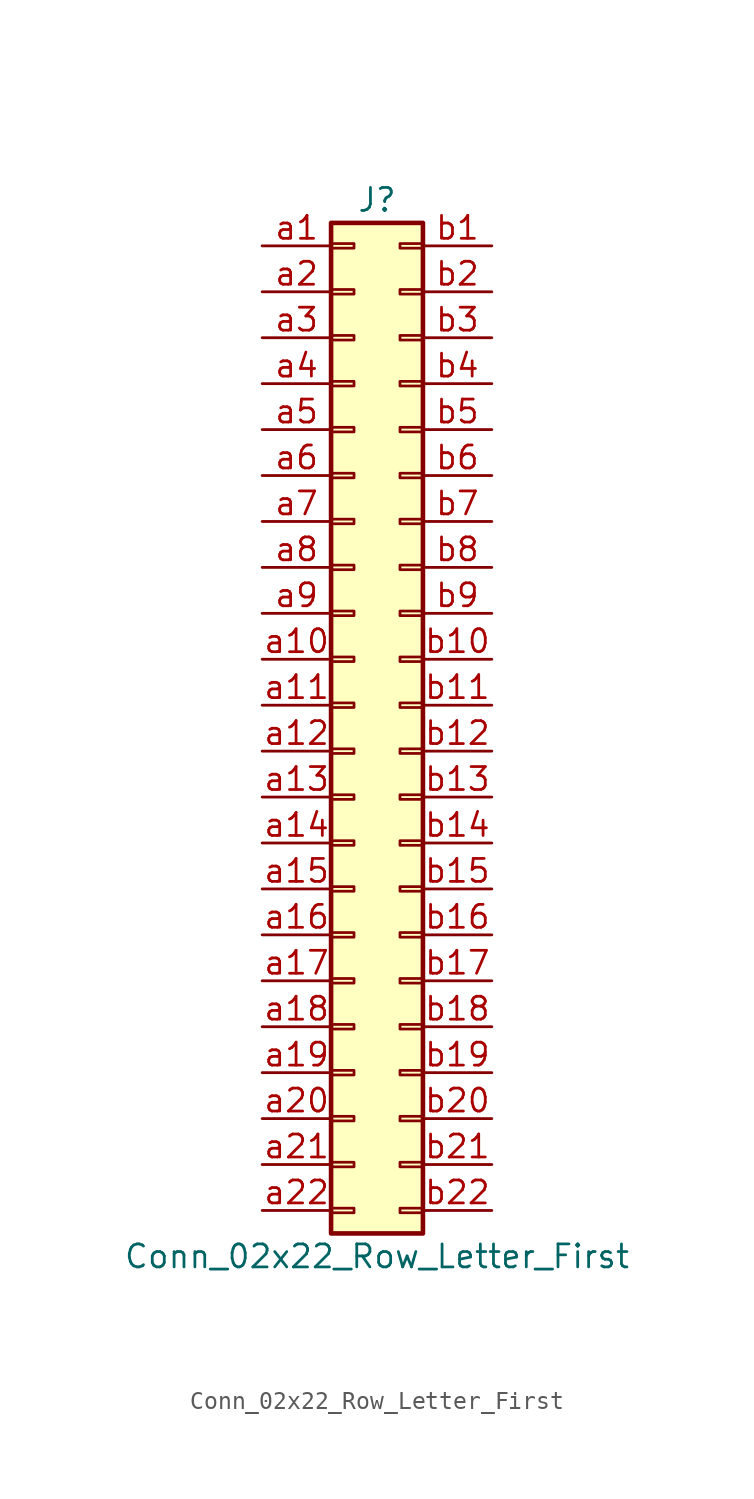
<source format=kicad_sym>
(kicad_symbol_lib
  (version 20220914)
  (generator kicad_symbol_editor)
  (symbol "Conn_02x22_Row_Letter_First"
    (pin_names
      (offset 1.016) hide)
    (property "Reference" "J"
      (at 1.27 27.94 0)
      (effects (font (size 1.27 1.27))))
    (property "Value" "Conn_02x22_Row_Letter_First"
      (at 1.27 -30.48 0)
      (effects (font (size 1.27 1.27))))
    (symbol "Conn_02x22_Row_Letter_First_1_1"
      (rectangle (start -1.27 -27.813) (end 0 -28.067) (stroke (width 0.152) (type default)) (fill (type none)))
      (rectangle (start -1.27 -25.273) (end 0 -25.527) (stroke (width 0.152) (type default)) (fill (type none)))
      (rectangle (start -1.27 -22.733) (end 0 -22.987) (stroke (width 0.152) (type default)) (fill (type none)))
      (rectangle (start -1.27 -20.193) (end 0 -20.447) (stroke (width 0.152) (type default)) (fill (type none)))
      (rectangle (start -1.27 -17.653) (end 0 -17.907) (stroke (width 0.152) (type default)) (fill (type none)))
      (rectangle (start -1.27 -15.113) (end 0 -15.367) (stroke (width 0.152) (type default)) (fill (type none)))
      (rectangle (start -1.27 -12.573) (end 0 -12.827) (stroke (width 0.152) (type default)) (fill (type none)))
      (rectangle (start -1.27 -10.033) (end 0 -10.287) (stroke (width 0.152) (type default)) (fill (type none)))
      (rectangle (start -1.27 -7.493) (end 0 -7.747) (stroke (width 0.152) (type default)) (fill (type none)))
      (rectangle (start -1.27 -4.953) (end 0 -5.207) (stroke (width 0.152) (type default)) (fill (type none)))
      (rectangle (start -1.27 -2.413) (end 0 -2.667) (stroke (width 0.152) (type default)) (fill (type none)))
      (rectangle (start -1.27 0.127) (end 0 -0.127) (stroke (width 0.152) (type default)) (fill (type none)))
      (rectangle (start -1.27 2.667) (end 0 2.413) (stroke (width 0.152) (type default)) (fill (type none)))
      (rectangle (start -1.27 5.207) (end 0 4.953) (stroke (width 0.152) (type default)) (fill (type none)))
      (rectangle (start -1.27 7.747) (end 0 7.493) (stroke (width 0.152) (type default)) (fill (type none)))
      (rectangle (start -1.27 10.287) (end 0 10.033) (stroke (width 0.152) (type default)) (fill (type none)))
      (rectangle (start -1.27 12.827) (end 0 12.573) (stroke (width 0.152) (type default)) (fill (type none)))
      (rectangle (start -1.27 15.367) (end 0 15.113) (stroke (width 0.152) (type default)) (fill (type none)))
      (rectangle (start -1.27 17.907) (end 0 17.653) (stroke (width 0.152) (type default)) (fill (type none)))
      (rectangle (start -1.27 20.447) (end 0 20.193) (stroke (width 0.152) (type default)) (fill (type none)))
      (rectangle (start -1.27 22.987) (end 0 22.733) (stroke (width 0.152) (type default)) (fill (type none)))
      (rectangle (start -1.27 25.527) (end 0 25.273) (stroke (width 0.152) (type default)) (fill (type none)))
      (rectangle (start -1.27 26.67) (end 3.81 -29.21) (stroke (width 0.254) (type default)) (fill (type background)))
      (rectangle (start 3.81 -27.813) (end 2.54 -28.067) (stroke (width 0.152) (type default)) (fill (type none)))
      (rectangle (start 3.81 -25.273) (end 2.54 -25.527) (stroke (width 0.152) (type default)) (fill (type none)))
      (rectangle (start 3.81 -22.733) (end 2.54 -22.987) (stroke (width 0.152) (type default)) (fill (type none)))
      (rectangle (start 3.81 -20.193) (end 2.54 -20.447) (stroke (width 0.152) (type default)) (fill (type none)))
      (rectangle (start 3.81 -17.653) (end 2.54 -17.907) (stroke (width 0.152) (type default)) (fill (type none)))
      (rectangle (start 3.81 -15.113) (end 2.54 -15.367) (stroke (width 0.152) (type default)) (fill (type none)))
      (rectangle (start 3.81 -12.573) (end 2.54 -12.827) (stroke (width 0.152) (type default)) (fill (type none)))
      (rectangle (start 3.81 -10.033) (end 2.54 -10.287) (stroke (width 0.152) (type default)) (fill (type none)))
      (rectangle (start 3.81 -7.493) (end 2.54 -7.747) (stroke (width 0.152) (type default)) (fill (type none)))
      (rectangle (start 3.81 -4.953) (end 2.54 -5.207) (stroke (width 0.152) (type default)) (fill (type none)))
      (rectangle (start 3.81 -2.413) (end 2.54 -2.667) (stroke (width 0.152) (type default)) (fill (type none)))
      (rectangle (start 3.81 0.127) (end 2.54 -0.127) (stroke (width 0.152) (type default)) (fill (type none)))
      (rectangle (start 3.81 2.667) (end 2.54 2.413) (stroke (width 0.152) (type default)) (fill (type none)))
      (rectangle (start 3.81 5.207) (end 2.54 4.953) (stroke (width 0.152) (type default)) (fill (type none)))
      (rectangle (start 3.81 7.747) (end 2.54 7.493) (stroke (width 0.152) (type default)) (fill (type none)))
      (rectangle (start 3.81 10.287) (end 2.54 10.033) (stroke (width 0.152) (type default)) (fill (type none)))
      (rectangle (start 3.81 12.827) (end 2.54 12.573) (stroke (width 0.152) (type default)) (fill (type none)))
      (rectangle (start 3.81 15.367) (end 2.54 15.113) (stroke (width 0.152) (type default)) (fill (type none)))
      (rectangle (start 3.81 17.907) (end 2.54 17.653) (stroke (width 0.152) (type default)) (fill (type none)))
      (rectangle (start 3.81 20.447) (end 2.54 20.193) (stroke (width 0.152) (type default)) (fill (type none)))
      (rectangle (start 3.81 22.987) (end 2.54 22.733) (stroke (width 0.152) (type default)) (fill (type none)))
      (rectangle (start 3.81 25.527) (end 2.54 25.273) (stroke (width 0.152) (type default)) (fill (type none)))
      (pin passive line (at -5.08 25.4 0) (length 3.81) (name "Pin_a1" (effects (font (size 1.27 1.27)))) (number "a1" (effects (font (size 1.27 1.27)))))
      (pin passive line (at -5.08 2.54 0) (length 3.81) (name "Pin_a10" (effects (font (size 1.27 1.27)))) (number "a10" (effects (font (size 1.27 1.27)))))
      (pin passive line (at -5.08 0 0) (length 3.81) (name "Pin_a11" (effects (font (size 1.27 1.27)))) (number "a11" (effects (font (size 1.27 1.27)))))
      (pin passive line (at -5.08 -2.54 0) (length 3.81) (name "Pin_a12" (effects (font (size 1.27 1.27)))) (number "a12" (effects (font (size 1.27 1.27)))))
      (pin passive line (at -5.08 -5.08 0) (length 3.81) (name "Pin_a13" (effects (font (size 1.27 1.27)))) (number "a13" (effects (font (size 1.27 1.27)))))
      (pin passive line (at -5.08 -7.62 0) (length 3.81) (name "Pin_a14" (effects (font (size 1.27 1.27)))) (number "a14" (effects (font (size 1.27 1.27)))))
      (pin passive line (at -5.08 -10.16 0) (length 3.81) (name "Pin_a15" (effects (font (size 1.27 1.27)))) (number "a15" (effects (font (size 1.27 1.27)))))
      (pin passive line (at -5.08 -12.7 0) (length 3.81) (name "Pin_a16" (effects (font (size 1.27 1.27)))) (number "a16" (effects (font (size 1.27 1.27)))))
      (pin passive line (at -5.08 -15.24 0) (length 3.81) (name "Pin_a17" (effects (font (size 1.27 1.27)))) (number "a17" (effects (font (size 1.27 1.27)))))
      (pin passive line (at -5.08 -17.78 0) (length 3.81) (name "Pin_a18" (effects (font (size 1.27 1.27)))) (number "a18" (effects (font (size 1.27 1.27)))))
      (pin passive line (at -5.08 -20.32 0) (length 3.81) (name "Pin_a19" (effects (font (size 1.27 1.27)))) (number "a19" (effects (font (size 1.27 1.27)))))
      (pin passive line (at -5.08 22.86 0) (length 3.81) (name "Pin_a2" (effects (font (size 1.27 1.27)))) (number "a2" (effects (font (size 1.27 1.27)))))
      (pin passive line (at -5.08 -22.86 0) (length 3.81) (name "Pin_a20" (effects (font (size 1.27 1.27)))) (number "a20" (effects (font (size 1.27 1.27)))))
      (pin passive line (at -5.08 -25.4 0) (length 3.81) (name "Pin_a21" (effects (font (size 1.27 1.27)))) (number "a21" (effects (font (size 1.27 1.27)))))
      (pin passive line (at -5.08 -27.94 0) (length 3.81) (name "Pin_a22" (effects (font (size 1.27 1.27)))) (number "a22" (effects (font (size 1.27 1.27)))))
      (pin passive line (at -5.08 20.32 0) (length 3.81) (name "Pin_a3" (effects (font (size 1.27 1.27)))) (number "a3" (effects (font (size 1.27 1.27)))))
      (pin passive line (at -5.08 17.78 0) (length 3.81) (name "Pin_a4" (effects (font (size 1.27 1.27)))) (number "a4" (effects (font (size 1.27 1.27)))))
      (pin passive line (at -5.08 15.24 0) (length 3.81) (name "Pin_a5" (effects (font (size 1.27 1.27)))) (number "a5" (effects (font (size 1.27 1.27)))))
      (pin passive line (at -5.08 12.7 0) (length 3.81) (name "Pin_a6" (effects (font (size 1.27 1.27)))) (number "a6" (effects (font (size 1.27 1.27)))))
      (pin passive line (at -5.08 10.16 0) (length 3.81) (name "Pin_a7" (effects (font (size 1.27 1.27)))) (number "a7" (effects (font (size 1.27 1.27)))))
      (pin passive line (at -5.08 7.62 0) (length 3.81) (name "Pin_a8" (effects (font (size 1.27 1.27)))) (number "a8" (effects (font (size 1.27 1.27)))))
      (pin passive line (at -5.08 5.08 0) (length 3.81) (name "Pin_a9" (effects (font (size 1.27 1.27)))) (number "a9" (effects (font (size 1.27 1.27)))))
      (pin passive line (at 7.62 25.4 180) (length 3.81) (name "Pin_b1" (effects (font (size 1.27 1.27)))) (number "b1" (effects (font (size 1.27 1.27)))))
      (pin passive line (at 7.62 2.54 180) (length 3.81) (name "Pin_b10" (effects (font (size 1.27 1.27)))) (number "b10" (effects (font (size 1.27 1.27)))))
      (pin passive line (at 7.62 0 180) (length 3.81) (name "Pin_b11" (effects (font (size 1.27 1.27)))) (number "b11" (effects (font (size 1.27 1.27)))))
      (pin passive line (at 7.62 -2.54 180) (length 3.81) (name "Pin_b12" (effects (font (size 1.27 1.27)))) (number "b12" (effects (font (size 1.27 1.27)))))
      (pin passive line (at 7.62 -5.08 180) (length 3.81) (name "Pin_b13" (effects (font (size 1.27 1.27)))) (number "b13" (effects (font (size 1.27 1.27)))))
      (pin passive line (at 7.62 -7.62 180) (length 3.81) (name "Pin_b14" (effects (font (size 1.27 1.27)))) (number "b14" (effects (font (size 1.27 1.27)))))
      (pin passive line (at 7.62 -10.16 180) (length 3.81) (name "Pin_b15" (effects (font (size 1.27 1.27)))) (number "b15" (effects (font (size 1.27 1.27)))))
      (pin passive line (at 7.62 -12.7 180) (length 3.81) (name "Pin_b16" (effects (font (size 1.27 1.27)))) (number "b16" (effects (font (size 1.27 1.27)))))
      (pin passive line (at 7.62 -15.24 180) (length 3.81) (name "Pin_b17" (effects (font (size 1.27 1.27)))) (number "b17" (effects (font (size 1.27 1.27)))))
      (pin passive line (at 7.62 -17.78 180) (length 3.81) (name "Pin_b18" (effects (font (size 1.27 1.27)))) (number "b18" (effects (font (size 1.27 1.27)))))
      (pin passive line (at 7.62 -20.32 180) (length 3.81) (name "Pin_b19" (effects (font (size 1.27 1.27)))) (number "b19" (effects (font (size 1.27 1.27)))))
      (pin passive line (at 7.62 22.86 180) (length 3.81) (name "Pin_b2" (effects (font (size 1.27 1.27)))) (number "b2" (effects (font (size 1.27 1.27)))))
      (pin passive line (at 7.62 -22.86 180) (length 3.81) (name "Pin_b20" (effects (font (size 1.27 1.27)))) (number "b20" (effects (font (size 1.27 1.27)))))
      (pin passive line (at 7.62 -25.4 180) (length 3.81) (name "Pin_b21" (effects (font (size 1.27 1.27)))) (number "b21" (effects (font (size 1.27 1.27)))))
      (pin passive line (at 7.62 -27.94 180) (length 3.81) (name "Pin_b22" (effects (font (size 1.27 1.27)))) (number "b22" (effects (font (size 1.27 1.27)))))
      (pin passive line (at 7.62 20.32 180) (length 3.81) (name "Pin_b3" (effects (font (size 1.27 1.27)))) (number "b3" (effects (font (size 1.27 1.27)))))
      (pin passive line (at 7.62 17.78 180) (length 3.81) (name "Pin_b4" (effects (font (size 1.27 1.27)))) (number "b4" (effects (font (size 1.27 1.27)))))
      (pin passive line (at 7.62 15.24 180) (length 3.81) (name "Pin_b5" (effects (font (size 1.27 1.27)))) (number "b5" (effects (font (size 1.27 1.27)))))
      (pin passive line (at 7.62 12.7 180) (length 3.81) (name "Pin_b6" (effects (font (size 1.27 1.27)))) (number "b6" (effects (font (size 1.27 1.27)))))
      (pin passive line (at 7.62 10.16 180) (length 3.81) (name "Pin_b7" (effects (font (size 1.27 1.27)))) (number "b7" (effects (font (size 1.27 1.27)))))
      (pin passive line (at 7.62 7.62 180) (length 3.81) (name "Pin_b8" (effects (font (size 1.27 1.27)))) (number "b8" (effects (font (size 1.27 1.27)))))
      (pin passive line (at 7.62 5.08 180) (length 3.81) (name "Pin_b9" (effects (font (size 1.27 1.27)))) (number "b9" (effects (font (size 1.27 1.27))))))))
</source>
